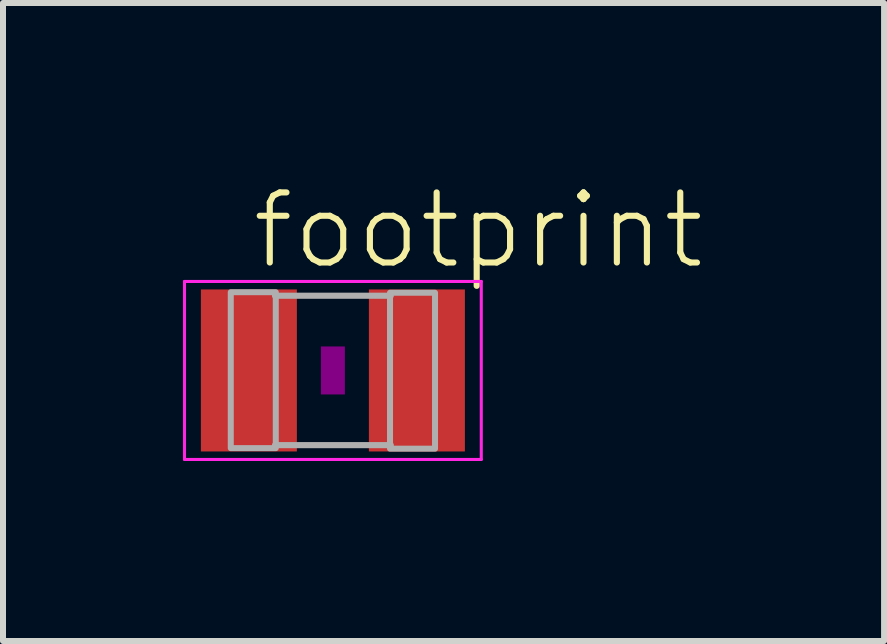
<source format=kicad_pcb>
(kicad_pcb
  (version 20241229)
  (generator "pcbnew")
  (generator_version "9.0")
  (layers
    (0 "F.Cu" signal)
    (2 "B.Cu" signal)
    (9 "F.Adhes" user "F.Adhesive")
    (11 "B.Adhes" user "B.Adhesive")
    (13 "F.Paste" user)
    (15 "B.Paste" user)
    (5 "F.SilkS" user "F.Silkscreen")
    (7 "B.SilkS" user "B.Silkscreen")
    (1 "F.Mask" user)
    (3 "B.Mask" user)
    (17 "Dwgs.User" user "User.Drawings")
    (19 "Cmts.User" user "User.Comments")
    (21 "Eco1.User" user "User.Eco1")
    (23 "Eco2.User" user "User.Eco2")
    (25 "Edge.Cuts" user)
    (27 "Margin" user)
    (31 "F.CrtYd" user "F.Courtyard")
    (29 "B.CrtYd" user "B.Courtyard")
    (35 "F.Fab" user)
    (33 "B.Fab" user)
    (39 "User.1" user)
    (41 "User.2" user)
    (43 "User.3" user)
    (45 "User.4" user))
  (footprint "footprint"
    (layer "F.Cu")
    (at 2.498 3.124)
    (property "Reference" "footprint" (at -1.397 -1.651 0) (layer "F.SilkS") (effects (font (size 1.168 1.168) (thickness 0.102)) (justify left bottom)))
    (fp_poly (pts (xy -0.2 0.4) (xy 0.2 0.4) (xy 0.2 -0.4) (xy -0.2 -0.4)) (stroke (width 0) (type solid)) (fill yes) (layer "F.Adhes"))
    (fp_line (start -2.473 -1.483) (end 2.473 -1.483) (stroke (width 0.051) (type solid)) (layer "F.CrtYd"))
    (fp_line (start -2.473 1.483) (end -2.473 -1.483) (stroke (width 0.051) (type solid)) (layer "F.CrtYd"))
    (fp_line (start 2.473 -1.483) (end 2.473 1.483) (stroke (width 0.051) (type solid)) (layer "F.CrtYd"))
    (fp_line (start 2.473 1.483) (end -2.473 1.483) (stroke (width 0.051) (type solid)) (layer "F.CrtYd"))
    (fp_line (start -0.965 -1.245) (end 0.965 -1.245) (stroke (width 0.102) (type solid)) (layer "F.Fab"))
    (fp_line (start -0.965 1.245) (end 0.965 1.245) (stroke (width 0.102) (type solid)) (layer "F.Fab"))
    (fp_poly (pts (xy -1.702 1.295) (xy -0.952 1.295) (xy -0.952 -1.304) (xy -1.702 -1.304)) (stroke (width 0.1) (type solid)) (fill no) (layer "F.Fab"))
    (fp_poly (pts (xy 0.952 1.304) (xy 1.702 1.304) (xy 1.702 -1.295) (xy 0.952 -1.295)) (stroke (width 0.1) (type solid)) (fill no) (layer "F.Fab"))
    (pad "1" smd rect (at -1.4 0) (size 1.6 2.7) (layers "F.Cu" "F.Mask" "F.Paste"))
    (pad "2" smd rect (at 1.4 0) (size 1.6 2.7) (layers "F.Cu" "F.Mask" "F.Paste")))
  (gr_rect
    (start -3 -3)
    (end 11.684 7.633)
    (stroke (width 0.1) (type default))
    (fill no)
    (layer "Edge.Cuts")))
</source>
